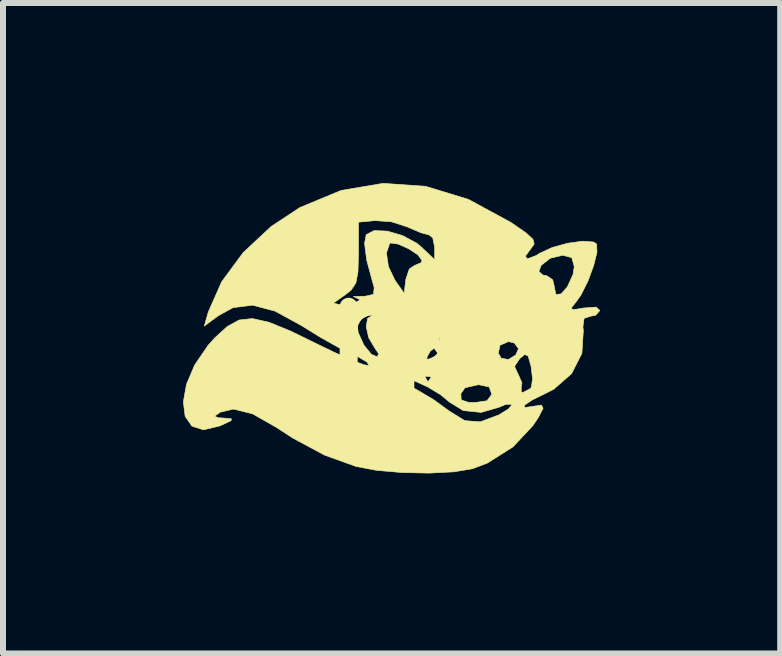
<source format=kicad_pcb>
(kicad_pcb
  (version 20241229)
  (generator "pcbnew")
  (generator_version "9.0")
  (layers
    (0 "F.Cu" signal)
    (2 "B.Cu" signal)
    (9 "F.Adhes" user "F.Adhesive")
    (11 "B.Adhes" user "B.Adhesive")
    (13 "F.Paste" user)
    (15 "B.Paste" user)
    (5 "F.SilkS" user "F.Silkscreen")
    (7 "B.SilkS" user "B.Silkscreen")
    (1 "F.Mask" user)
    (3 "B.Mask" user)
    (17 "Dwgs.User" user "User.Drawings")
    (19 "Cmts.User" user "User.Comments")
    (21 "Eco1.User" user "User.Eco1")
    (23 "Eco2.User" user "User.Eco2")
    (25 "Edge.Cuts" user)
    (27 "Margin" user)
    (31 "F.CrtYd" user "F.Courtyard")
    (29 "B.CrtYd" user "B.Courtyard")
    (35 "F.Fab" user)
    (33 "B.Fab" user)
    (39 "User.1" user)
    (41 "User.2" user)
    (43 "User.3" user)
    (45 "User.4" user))
  (footprint "rp"
    (layer "F.Cu")
    (at 3.558 2.388)
    (property "Reference" "rp" (at 0 0 0) (layer "F.SilkS") (effects (font (size 1.524 1.524) (thickness 0.3))))
    (attr through_hole)
    (fp_poly (pts (xy 0.486 -2.333) (xy 1.197 -2.116) (xy 1.905 -1.732) (xy 1.906 -1.731) (xy 2.151 -1.562) (xy 2.272 -1.452) (xy 2.293 -1.372) (xy 2.238 -1.295) (xy 2.144 -1.167) (xy 2.18 -1.125) (xy 2.325 -1.18) (xy 2.384 -1.217) (xy 2.593 -1.314) (xy 2.85 -1.385) (xy 3.098 -1.419) (xy 3.28 -1.406) (xy 3.333 -1.373) (xy 3.339 -1.238) (xy 3.284 -1.013) (xy 3.189 -0.755) (xy 3.073 -0.523) (xy 2.99 -0.406) (xy 2.908 -0.304) (xy 2.944 -0.277) (xy 3.119 -0.306) (xy 3.323 -0.321) (xy 3.387 -0.265) (xy 3.317 -0.185) (xy 3.232 -0.169) (xy 3.124 -0.133) (xy 3.105 0.007) (xy 3.112 0.07) (xy 3.088 0.45) (xy 2.916 0.788) (xy 2.618 1.048) (xy 2.501 1.108) (xy 2.262 1.225) (xy 2.135 1.311) (xy 2.132 1.352) (xy 2.267 1.335) (xy 2.286 1.33) (xy 2.415 1.312) (xy 2.441 1.366) (xy 2.363 1.517) (xy 2.272 1.653) (xy 1.941 2.007) (xy 1.513 2.278) (xy 1.262 2.373) (xy 0.955 2.424) (xy 0.544 2.445) (xy 0.093 2.436) (xy -0.335 2.399) (xy -0.677 2.334) (xy -1.199 2.146) (xy -1.73 1.861) (xy -1.998 1.686) (xy -2.398 1.458) (xy -2.717 1.378) (xy -2.936 1.429) (xy -3.03 1.495) (xy -2.978 1.522) (xy -2.879 1.528) (xy -2.752 1.54) (xy -2.759 1.572) (xy -2.911 1.644) (xy -2.945 1.659) (xy -3.217 1.724) (xy -3.41 1.663) (xy -3.523 1.499) (xy -3.553 1.259) (xy -3.501 0.965) (xy -3.465 0.882) (xy 0.106 0.882) (xy 0.148 0.939) (xy 0.299 1.036) (xy 0.352 1.064) (xy 0.622 1.225) (xy 0.874 1.409) (xy 0.874 1.409) (xy 1.136 1.571) (xy 1.395 1.591) (xy 1.705 1.475) (xy 1.865 1.376) (xy 1.923 1.306) (xy 1.92 1.299) (xy 1.822 1.3) (xy 1.706 1.348) (xy 1.409 1.434) (xy 1.111 1.403) (xy 0.883 1.263) (xy 0.729 1.136) (xy 0.705 1.122) (xy 1.071 1.122) (xy 1.077 1.226) (xy 1.197 1.266) (xy 1.302 1.27) (xy 1.506 1.24) (xy 1.582 1.139) (xy 1.584 1.122) (xy 1.543 1.01) (xy 1.377 0.974) (xy 1.352 0.974) (xy 1.14 1.023) (xy 1.071 1.122) (xy 0.705 1.122) (xy 0.519 1.01) (xy 0.308 0.913) (xy 0.15 0.871) (xy 0.106 0.882) (xy -3.465 0.882) (xy -3.388 0.7) (xy 0.455 0.7) (xy 0.469 0.832) (xy 0.523 0.925) (xy 0.568 0.86) (xy 0.573 0.847) (xy 0.661 0.7) (xy 0.7 0.666) (xy 0.7 0.666) (xy 1.966 0.666) (xy 2.021 0.791) (xy 2.025 0.796) (xy 2.089 0.941) (xy 2.077 1.012) (xy 2.077 1.093) (xy 2.107 1.101) (xy 2.226 1.039) (xy 2.245 1.014) (xy 2.266 0.876) (xy 2.241 0.667) (xy 2.241 0.666) (xy 2.193 0.495) (xy 2.135 0.468) (xy 2.052 0.537) (xy 1.966 0.666) (xy 0.7 0.666) (xy 0.734 0.554) (xy 0.697 0.462) (xy 0.628 0.366) (xy 0.566 0.407) (xy 0.512 0.501) (xy 0.455 0.7) (xy -3.388 0.7) (xy -3.364 0.643) (xy -3.141 0.317) (xy -3.031 0.194) (xy -2.822 0.003) (xy -2.623 -0.106) (xy -2.402 -0.13) (xy -2.128 -0.069) (xy -1.767 0.078) (xy -1.392 0.261) (xy -1.042 0.431) (xy -0.748 0.562) (xy -0.542 0.641) (xy -0.457 0.654) (xy -0.494 0.594) (xy -0.647 0.504) (xy -0.732 0.466) (xy -0.972 0.349) (xy -1.283 0.174) (xy -1.585 -0.013) (xy -2.025 -0.254) (xy -2.398 -0.353) (xy -2.724 -0.312) (xy -2.967 -0.18) (xy -3.204 -0.005) (xy -3.137 -0.24) (xy -3.072 -0.387) (xy -1.053 -0.387) (xy -0.844 -0.337) (xy -0.687 -0.258) (xy -0.662 -0.101) (xy -0.662 -0.096) (xy -0.64 0.101) (xy -0.546 0.31) (xy -0.42 0.465) (xy -0.324 0.508) (xy -0.297 0.458) (xy -0.368 0.353) (xy -0.465 0.188) (xy -0.466 0.183) (xy 0.714 0.183) (xy 0.727 0.27) (xy 0.758 0.331) (xy 0.87 0.472) (xy 0.967 0.5) (xy 0.989 0.448) (xy 1.695 0.448) (xy 1.744 0.53) (xy 1.861 0.553) (xy 1.985 0.478) (xy 2.032 0.372) (xy 1.961 0.276) (xy 1.863 0.254) (xy 1.723 0.315) (xy 1.695 0.448) (xy 0.989 0.448) (xy 1.006 0.41) (xy 1 0.361) (xy 0.903 0.221) (xy 0.818 0.184) (xy 0.714 0.183) (xy -0.466 0.183) (xy -0.506 0.005) (xy -0.483 -0.133) (xy -0.423 -0.169) (xy -0.34 -0.209) (xy -0.38 -0.3) (xy -0.524 -0.402) (xy -0.529 -0.405) (xy -0.72 -0.497) (xy -0.523 -0.502) (xy -0.384 -0.533) (xy -0.373 -0.645) (xy -0.388 -0.699) (xy -0.496 -1.096) (xy -0.513 -1.222) (xy -0.169 -1.222) (xy -0.135 -0.994) (xy -0.024 -0.763) (xy -0.021 -0.76) (xy 0.127 -0.55) (xy 0.154 -0.783) (xy 0.198 -0.914) (xy 2.371 -0.914) (xy 2.439 -0.854) (xy 2.498 -0.847) (xy 2.601 -0.776) (xy 2.625 -0.677) (xy 2.654 -0.53) (xy 2.741 -0.541) (xy 2.845 -0.656) (xy 2.94 -0.864) (xy 2.961 -0.995) (xy 2.919 -1.145) (xy 2.769 -1.185) (xy 2.56 -1.135) (xy 2.408 -1.015) (xy 2.371 -0.914) (xy 0.198 -0.914) (xy 0.213 -0.957) (xy 0.302 -1.016) (xy 0.411 -1.062) (xy 0.423 -1.098) (xy 0.357 -1.191) (xy 0.202 -1.293) (xy 0.027 -1.371) (xy -0.1 -1.389) (xy -0.116 -1.38) (xy -0.169 -1.222) (xy -0.513 -1.222) (xy -0.533 -1.384) (xy -0.506 -1.528) (xy -0.374 -1.596) (xy -0.154 -1.587) (xy 0.102 -1.512) (xy 0.337 -1.385) (xy 0.415 -1.32) (xy 0.635 -1.11) (xy 0.635 -1.317) (xy 0.603 -1.474) (xy 0.542 -1.524) (xy 0.408 -1.559) (xy 0.206 -1.645) (xy 0.184 -1.656) (xy -0.088 -1.743) (xy -0.358 -1.762) (xy -0.635 -1.736) (xy -0.635 -1.209) (xy -0.643 -0.907) (xy -0.678 -0.724) (xy -0.756 -0.605) (xy -0.844 -0.535) (xy -1.053 -0.387) (xy -3.072 -0.387) (xy -2.915 -0.742) (xy -2.556 -1.229) (xy -2.09 -1.664) (xy -1.611 -1.98) (xy -0.924 -2.265) (xy -0.223 -2.383) (xy 0.486 -2.333)) (stroke (width 0.01) (type solid)) (fill yes) (layer "F.SilkS")))
  (gr_rect
    (start -3 -3)
    (end 9.95 7.838)
    (stroke (width 0.1) (type default))
    (fill no)
    (layer "Edge.Cuts")))
</source>
